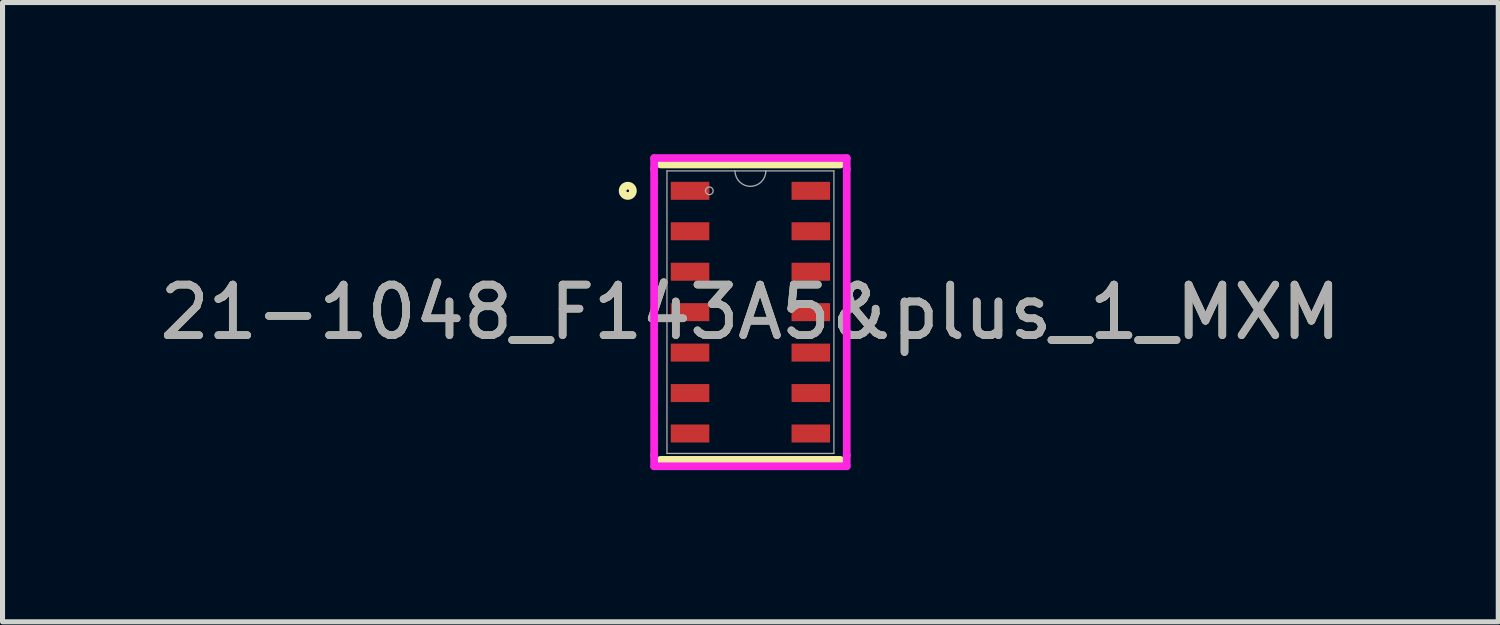
<source format=kicad_pcb>
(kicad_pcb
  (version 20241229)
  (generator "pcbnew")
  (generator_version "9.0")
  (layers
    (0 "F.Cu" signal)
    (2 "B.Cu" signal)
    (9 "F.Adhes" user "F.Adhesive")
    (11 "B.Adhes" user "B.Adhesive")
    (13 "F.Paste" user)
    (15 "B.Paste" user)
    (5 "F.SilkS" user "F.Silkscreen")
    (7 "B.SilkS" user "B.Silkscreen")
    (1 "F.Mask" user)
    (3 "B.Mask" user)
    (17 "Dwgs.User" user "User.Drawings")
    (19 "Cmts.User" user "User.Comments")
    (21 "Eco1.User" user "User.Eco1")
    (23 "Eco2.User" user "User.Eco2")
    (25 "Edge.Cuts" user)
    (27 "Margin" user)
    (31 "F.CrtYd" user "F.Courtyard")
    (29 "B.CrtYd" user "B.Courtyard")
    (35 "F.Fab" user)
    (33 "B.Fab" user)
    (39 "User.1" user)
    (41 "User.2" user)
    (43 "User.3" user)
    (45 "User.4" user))
  (footprint "21-1048_F143A5&plus_1_MXM"
    (layer "F.Cu")
    (at 11.792 3.124)
    (property "Reference" "21-1048_F143A5&plus_1_MXM" (at 0 0 0) (unlocked yes) (layer "F.SilkS") (effects (font (size 1 1) (thickness 0.15))))
    (attr smd)
    (fp_line (start -1.778 2.921) (end 1.778 2.921) (stroke (width 0.152) (type solid)) (layer "F.SilkS"))
    (fp_line (start 1.778 -2.921) (end -1.778 -2.921) (stroke (width 0.152) (type solid)) (layer "F.SilkS"))
    (fp_circle (center -2.426 -2.4) (end -2.324 -2.4) (stroke (width 0.152) (type solid)) (fill no) (layer "F.SilkS"))
    (fp_line (start -1.905 -3.048) (end 1.905 -3.048) (stroke (width 0.152) (type solid)) (layer "F.CrtYd"))
    (fp_line (start -1.905 -2.832) (end -1.905 -3.048) (stroke (width 0.152) (type solid)) (layer "F.CrtYd"))
    (fp_line (start -1.905 -2.832) (end -1.905 -2.832) (stroke (width 0.152) (type solid)) (layer "F.CrtYd"))
    (fp_line (start -1.905 2.832) (end -1.905 -2.832) (stroke (width 0.152) (type solid)) (layer "F.CrtYd"))
    (fp_line (start -1.905 2.832) (end -1.905 2.832) (stroke (width 0.152) (type solid)) (layer "F.CrtYd"))
    (fp_line (start -1.905 3.048) (end -1.905 2.832) (stroke (width 0.152) (type solid)) (layer "F.CrtYd"))
    (fp_line (start 1.905 -3.048) (end 1.905 -2.832) (stroke (width 0.152) (type solid)) (layer "F.CrtYd"))
    (fp_line (start 1.905 -2.832) (end 1.905 -2.832) (stroke (width 0.152) (type solid)) (layer "F.CrtYd"))
    (fp_line (start 1.905 -2.832) (end 1.905 2.832) (stroke (width 0.152) (type solid)) (layer "F.CrtYd"))
    (fp_line (start 1.905 2.832) (end 1.905 2.832) (stroke (width 0.152) (type solid)) (layer "F.CrtYd"))
    (fp_line (start 1.905 2.832) (end 1.905 3.048) (stroke (width 0.152) (type solid)) (layer "F.CrtYd"))
    (fp_line (start 1.905 3.048) (end -1.905 3.048) (stroke (width 0.152) (type solid)) (layer "F.CrtYd"))
    (fp_line (start -1.651 -2.794) (end -1.651 2.794) (stroke (width 0.025) (type solid)) (layer "F.Fab"))
    (fp_line (start -1.651 2.794) (end 1.651 2.794) (stroke (width 0.025) (type solid)) (layer "F.Fab"))
    (fp_line (start 1.651 -2.794) (end -1.651 -2.794) (stroke (width 0.025) (type solid)) (layer "F.Fab"))
    (fp_line (start 1.651 2.794) (end 1.651 -2.794) (stroke (width 0.025) (type solid)) (layer "F.Fab"))
    (fp_arc (start 0.3048 -2.794) (mid 0 -2.4892) (end -0.3048 -2.794) (stroke (width 0.0254) (type solid)) (layer "F.Fab"))
    (fp_circle (center -0.813 -2.4) (end -0.737 -2.4) (stroke (width 0.025) (type solid)) (fill no) (layer "F.Fab"))
    (fp_text user "${REFERENCE}" (at 0 0 0) (unlocked yes) (layer "F.Fab") (effects (font (size 1 1) (thickness 0.15))))
    (pad "1" smd rect (at -1.194 -2.4) (size 0.762 0.356) (layers "F.Cu" "F.Mask" "F.Paste"))
    (pad "2" smd rect (at -1.194 -1.6) (size 0.762 0.356) (layers "F.Cu" "F.Mask" "F.Paste"))
    (pad "3" smd rect (at -1.194 -0.8) (size 0.762 0.356) (layers "F.Cu" "F.Mask" "F.Paste"))
    (pad "4" smd rect (at -1.194 0) (size 0.762 0.356) (layers "F.Cu" "F.Mask" "F.Paste"))
    (pad "5" smd rect (at -1.194 0.8) (size 0.762 0.356) (layers "F.Cu" "F.Mask" "F.Paste"))
    (pad "6" smd rect (at -1.194 1.6) (size 0.762 0.356) (layers "F.Cu" "F.Mask" "F.Paste"))
    (pad "7" smd rect (at -1.194 2.4) (size 0.762 0.356) (layers "F.Cu" "F.Mask" "F.Paste"))
    (pad "8" smd rect (at 1.194 2.4) (size 0.762 0.356) (layers "F.Cu" "F.Mask" "F.Paste"))
    (pad "9" smd rect (at 1.194 1.6) (size 0.762 0.356) (layers "F.Cu" "F.Mask" "F.Paste"))
    (pad "10" smd rect (at 1.194 0.8) (size 0.762 0.356) (layers "F.Cu" "F.Mask" "F.Paste"))
    (pad "11" smd rect (at 1.194 0) (size 0.762 0.356) (layers "F.Cu" "F.Mask" "F.Paste"))
    (pad "12" smd rect (at 1.194 -0.8) (size 0.762 0.356) (layers "F.Cu" "F.Mask" "F.Paste"))
    (pad "13" smd rect (at 1.194 -1.6) (size 0.762 0.356) (layers "F.Cu" "F.Mask" "F.Paste"))
    (pad "14" smd rect (at 1.194 -2.4) (size 0.762 0.356) (layers "F.Cu" "F.Mask" "F.Paste")))
  (gr_rect
    (start -3 -3)
    (end 26.583 9.248)
    (stroke (width 0.1) (type default))
    (fill no)
    (layer "Edge.Cuts")))
</source>
